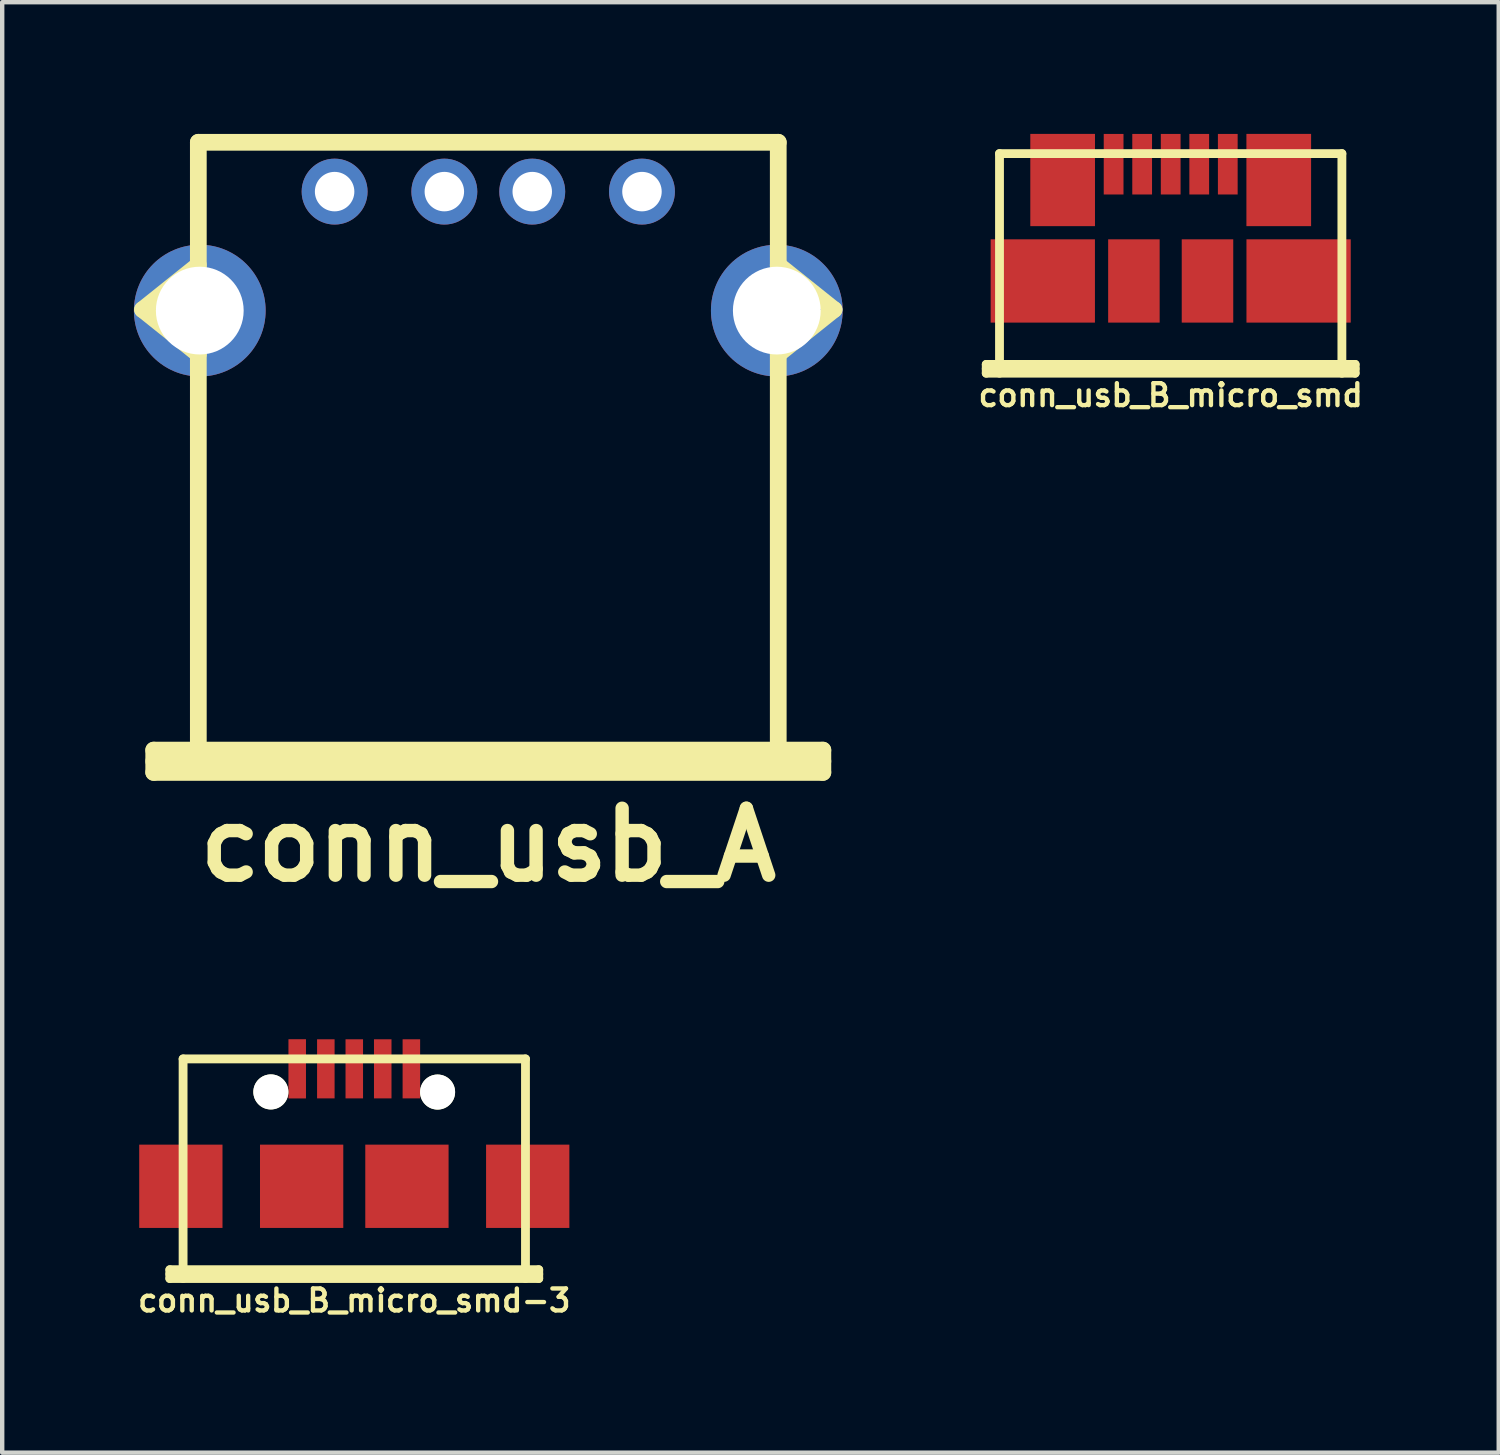
<source format=kicad_pcb>
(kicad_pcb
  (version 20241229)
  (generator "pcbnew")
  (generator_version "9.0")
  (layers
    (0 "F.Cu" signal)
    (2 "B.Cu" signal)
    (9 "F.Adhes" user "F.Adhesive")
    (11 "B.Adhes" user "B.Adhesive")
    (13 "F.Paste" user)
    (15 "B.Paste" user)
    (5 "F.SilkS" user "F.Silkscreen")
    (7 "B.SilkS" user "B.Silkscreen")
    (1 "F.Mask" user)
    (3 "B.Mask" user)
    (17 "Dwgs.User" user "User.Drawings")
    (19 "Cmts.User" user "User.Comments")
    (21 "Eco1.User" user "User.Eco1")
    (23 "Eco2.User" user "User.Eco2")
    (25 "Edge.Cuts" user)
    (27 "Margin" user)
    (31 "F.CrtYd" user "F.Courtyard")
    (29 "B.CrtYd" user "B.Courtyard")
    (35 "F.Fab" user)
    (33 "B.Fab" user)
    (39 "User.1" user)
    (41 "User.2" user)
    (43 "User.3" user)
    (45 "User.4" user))
  (footprint "conn_usb_B_micro_smd"
    (layer "F.Cu")
    (at 23.613 3.349)
    (property "Reference" "conn_usb_B_micro_smd" (at 0 2.601 0) (layer "F.SilkS") (effects (font (size 0.5 0.5) (thickness 0.099))))
    (attr smd)
    (fp_line (start -4.201 1.9) (end -4.201 2.101) (stroke (width 0.201) (type solid)) (layer "F.SilkS"))
    (fp_line (start -4.201 1.999) (end 4.201 1.999) (stroke (width 0.201) (type solid)) (layer "F.SilkS"))
    (fp_line (start -4.201 2.101) (end 4.201 2.101) (stroke (width 0.201) (type solid)) (layer "F.SilkS"))
    (fp_line (start -3.899 -2.901) (end 3.899 -2.901) (stroke (width 0.201) (type solid)) (layer "F.SilkS"))
    (fp_line (start -3.899 2.101) (end -3.899 -2.901) (stroke (width 0.201) (type solid)) (layer "F.SilkS"))
    (fp_line (start 3.899 -2.901) (end 3.899 2.101) (stroke (width 0.201) (type solid)) (layer "F.SilkS"))
    (fp_line (start 4.201 1.9) (end -4.201 1.9) (stroke (width 0.201) (type solid)) (layer "F.SilkS"))
    (fp_line (start 4.201 2.101) (end 4.201 1.9) (stroke (width 0.201) (type solid)) (layer "F.SilkS"))
    (pad "" smd rect (at -2.913 0) (size 2.375 1.897) (layers "F.Cu" "F.Mask" "F.Paste"))
    (pad "" smd rect (at -2.461 -2.299) (size 1.473 2.101) (layers "F.Cu" "F.Mask" "F.Paste"))
    (pad "" smd rect (at -0.838 0) (size 1.173 1.897) (layers "F.Cu" "F.Mask" "F.Paste"))
    (pad "" smd rect (at 0.838 0) (size 1.173 1.897) (layers "F.Cu" "F.Mask" "F.Paste"))
    (pad "" smd rect (at 2.461 -2.299) (size 1.473 2.101) (layers "F.Cu" "F.Mask" "F.Paste"))
    (pad "" smd rect (at 2.913 0) (size 2.375 1.897) (layers "F.Cu" "F.Mask" "F.Paste"))
    (pad "1" smd rect (at -1.3 -2.659) (size 0.45 1.379) (layers "F.Cu" "F.Mask" "F.Paste"))
    (pad "2" smd rect (at -0.65 -2.659) (size 0.45 1.379) (layers "F.Cu" "F.Mask" "F.Paste"))
    (pad "3" smd rect (at 0 -2.659) (size 0.45 1.379) (layers "F.Cu" "F.Mask" "F.Paste"))
    (pad "4" smd rect (at 0.65 -2.659) (size 0.45 1.379) (layers "F.Cu" "F.Mask" "F.Paste"))
    (pad "5" smd rect (at 1.3 -2.659) (size 0.45 1.379) (layers "F.Cu" "F.Mask" "F.Paste")))
  (footprint "conn_usb_A"
    (layer "F.Cu")
    (at 8.071 7.303)
    (property "Reference" "conn_usb_A" (at 0 8.89 0) (layer "F.SilkS") (effects (font (size 1.524 1.524) (thickness 0.305))))
    (attr through_hole)
    (fp_line (start -7.874 -3.302) (end -6.604 -2.286) (stroke (width 0.381) (type solid)) (layer "F.SilkS"))
    (fp_line (start -7.62 6.731) (end -7.62 7.239) (stroke (width 0.381) (type solid)) (layer "F.SilkS"))
    (fp_line (start -7.62 6.731) (end 7.62 6.731) (stroke (width 0.381) (type solid)) (layer "F.SilkS"))
    (fp_line (start -7.62 6.985) (end 7.62 6.985) (stroke (width 0.381) (type solid)) (layer "F.SilkS"))
    (fp_line (start -6.604 -7.112) (end -6.604 7.112) (stroke (width 0.381) (type solid)) (layer "F.SilkS"))
    (fp_line (start -6.604 -4.318) (end -7.874 -3.302) (stroke (width 0.381) (type solid)) (layer "F.SilkS"))
    (fp_line (start 6.604 -7.112) (end -6.604 -7.112) (stroke (width 0.381) (type solid)) (layer "F.SilkS"))
    (fp_line (start 6.604 -4.318) (end 7.874 -3.302) (stroke (width 0.381) (type solid)) (layer "F.SilkS"))
    (fp_line (start 6.604 7.112) (end 6.604 -7.112) (stroke (width 0.381) (type solid)) (layer "F.SilkS"))
    (fp_line (start 7.62 6.731) (end 7.62 7.239) (stroke (width 0.381) (type solid)) (layer "F.SilkS"))
    (fp_line (start 7.62 7.239) (end -7.62 7.239) (stroke (width 0.381) (type solid)) (layer "F.SilkS"))
    (fp_line (start 7.874 -3.302) (end 6.604 -2.286) (stroke (width 0.381) (type solid)) (layer "F.SilkS"))
    (pad "" thru_hole circle (at -6.571 -3.279) (size 3 3) (drill 1.999) (layers "*.Cu" "*.Mask"))
    (pad "" thru_hole circle (at 6.571 -3.279) (size 3 3) (drill 1.999) (layers "*.Cu" "*.Mask"))
    (pad "1" thru_hole circle (at -3.5 -5.989) (size 1.501 1.501) (drill 0.899) (layers "*.Cu" "*.Mask"))
    (pad "2" thru_hole circle (at -1.001 -5.989) (size 1.501 1.501) (drill 0.899) (layers "*.Cu" "*.Mask"))
    (pad "3" thru_hole circle (at 1.001 -5.989) (size 1.501 1.501) (drill 0.899) (layers "*.Cu" "*.Mask"))
    (pad "4" thru_hole circle (at 3.5 -5.989) (size 1.501 1.501) (drill 0.899) (layers "*.Cu" "*.Mask")))
  (footprint "conn_usb_B_micro_smd-3"
    (layer "F.Cu")
    (at 5.019 23.968)
    (property "Reference" "conn_usb_B_micro_smd-3" (at 0 2.601 0) (layer "F.SilkS") (effects (font (size 0.5 0.5) (thickness 0.099))))
    (attr smd)
    (fp_line (start -4.201 1.9) (end -4.201 2.101) (stroke (width 0.201) (type solid)) (layer "F.SilkS"))
    (fp_line (start -4.201 1.999) (end 4.201 1.999) (stroke (width 0.201) (type solid)) (layer "F.SilkS"))
    (fp_line (start -4.201 2.101) (end 4.201 2.101) (stroke (width 0.201) (type solid)) (layer "F.SilkS"))
    (fp_line (start -3.899 -2.901) (end 3.899 -2.901) (stroke (width 0.201) (type solid)) (layer "F.SilkS"))
    (fp_line (start -3.899 2.101) (end -3.899 -2.901) (stroke (width 0.201) (type solid)) (layer "F.SilkS"))
    (fp_line (start 3.899 -2.901) (end 3.899 2.101) (stroke (width 0.201) (type solid)) (layer "F.SilkS"))
    (fp_line (start 4.201 1.9) (end -4.201 1.9) (stroke (width 0.201) (type solid)) (layer "F.SilkS"))
    (fp_line (start 4.201 2.101) (end 4.201 1.9) (stroke (width 0.201) (type solid)) (layer "F.SilkS"))
    (pad "" smd rect (at -3.95 0) (size 1.897 1.897) (layers "F.Cu" "F.Mask" "F.Paste"))
    (pad "" np_thru_hole circle (at -1.9 -2.149) (size 0.798 0.798) (drill 0.798) (layers "*.Cu" "*.Mask" "F.SilkS"))
    (pad "" smd rect (at -1.199 0) (size 1.897 1.897) (layers "F.Cu" "F.Mask" "F.Paste"))
    (pad "" smd rect (at 1.199 0) (size 1.897 1.897) (layers "F.Cu" "F.Mask" "F.Paste"))
    (pad "" np_thru_hole circle (at 1.897 -2.146) (size 0.798 0.798) (drill 0.798) (layers "*.Cu" "*.Mask" "F.SilkS"))
    (pad "" smd rect (at 3.95 0) (size 1.897 1.897) (layers "F.Cu" "F.Mask" "F.Paste"))
    (pad "1" smd rect (at -1.3 -2.675) (size 0.399 1.349) (layers "F.Cu" "F.Mask" "F.Paste"))
    (pad "2" smd rect (at -0.648 -2.675) (size 0.399 1.346) (layers "F.Cu" "F.Mask" "F.Paste"))
    (pad "3" smd rect (at 0 -2.675) (size 0.399 1.346) (layers "F.Cu" "F.Mask" "F.Paste"))
    (pad "4" smd rect (at 0.648 -2.675) (size 0.399 1.346) (layers "F.Cu" "F.Mask" "F.Paste"))
    (pad "5" smd rect (at 1.3 -2.675) (size 0.399 1.346) (layers "F.Cu" "F.Mask" "F.Paste")))
  (gr_rect
    (start -3 -3)
    (end 31.084 30.035)
    (stroke (width 0.1) (type default))
    (fill no)
    (layer "Edge.Cuts")))
</source>
